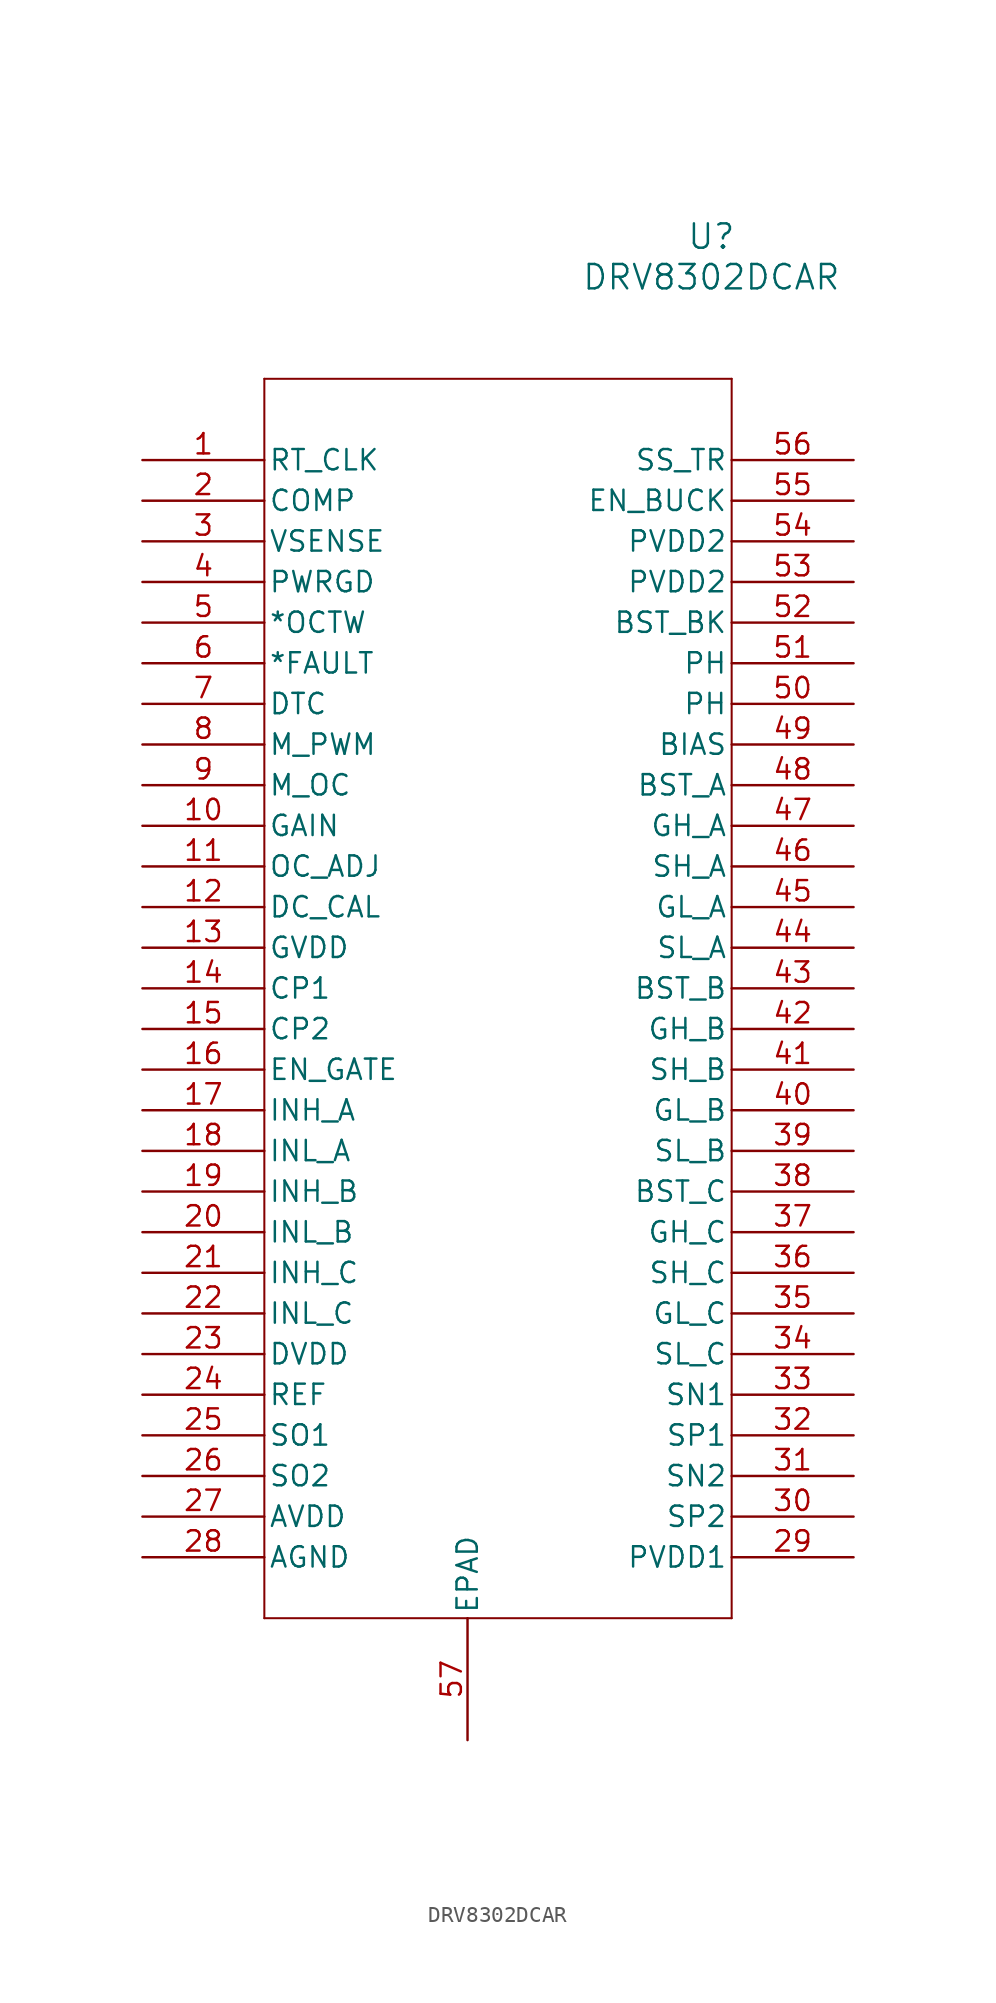
<source format=kicad_sym>
(kicad_symbol_lib
  (version 20231120)
  (generator "kicad_symbol_editor")
  (generator_version "8.0")
  (symbol "DRV8302DCAR"
    (pin_names
      (offset 0.254))
    (property "Reference" "U"
      (at 35.56 10.16 0)
      (effects (font (size 1.524 1.524))))
    (property "Value" "DRV8302DCAR"
      (at 35.56 7.62 0)
      (effects (font (size 1.524 1.524))))
    (property "ki_locked" ""
      (at 0 0 0)
      (effects (font (size 1.27 1.27))))
    (symbol "DRV8302DCAR_0_1"
      (polyline (pts (xy 7.62 -76.2) (xy 36.83 -76.2)) (stroke (width 0.127) (type default)) (fill (type none)))
      (polyline (pts (xy 7.62 1.27) (xy 7.62 -76.2)) (stroke (width 0.127) (type default)) (fill (type none)))
      (polyline (pts (xy 36.83 -76.2) (xy 36.83 1.27)) (stroke (width 0.127) (type default)) (fill (type none)))
      (polyline (pts (xy 36.83 1.27) (xy 7.62 1.27)) (stroke (width 0.127) (type default)) (fill (type none)))
      (pin input line (at 0 -3.81 0) (length 7.62) (name "RT_CLK" (effects (font (size 1.27 1.27)))) (number "1" (effects (font (size 1.27 1.27)))))
      (pin output line (at 0 -26.67 0) (length 7.62) (name "GAIN" (effects (font (size 1.27 1.27)))) (number "10" (effects (font (size 1.27 1.27)))))
      (pin input line (at 0 -29.21 0) (length 7.62) (name "OC_ADJ" (effects (font (size 1.27 1.27)))) (number "11" (effects (font (size 1.27 1.27)))))
      (pin input line (at 0 -31.75 0) (length 7.62) (name "DC_CAL" (effects (font (size 1.27 1.27)))) (number "12" (effects (font (size 1.27 1.27)))))
      (pin power_in line (at 0 -34.29 0) (length 7.62) (name "GVDD" (effects (font (size 1.27 1.27)))) (number "13" (effects (font (size 1.27 1.27)))))
      (pin power_in line (at 0 -36.83 0) (length 7.62) (name "CP1" (effects (font (size 1.27 1.27)))) (number "14" (effects (font (size 1.27 1.27)))))
      (pin power_in line (at 0 -39.37 0) (length 7.62) (name "CP2" (effects (font (size 1.27 1.27)))) (number "15" (effects (font (size 1.27 1.27)))))
      (pin input line (at 0 -41.91 0) (length 7.62) (name "EN_GATE" (effects (font (size 1.27 1.27)))) (number "16" (effects (font (size 1.27 1.27)))))
      (pin input line (at 0 -44.45 0) (length 7.62) (name "INH_A" (effects (font (size 1.27 1.27)))) (number "17" (effects (font (size 1.27 1.27)))))
      (pin input line (at 0 -46.99 0) (length 7.62) (name "INL_A" (effects (font (size 1.27 1.27)))) (number "18" (effects (font (size 1.27 1.27)))))
      (pin input line (at 0 -49.53 0) (length 7.62) (name "INH_B" (effects (font (size 1.27 1.27)))) (number "19" (effects (font (size 1.27 1.27)))))
      (pin output line (at 0 -6.35 0) (length 7.62) (name "COMP" (effects (font (size 1.27 1.27)))) (number "2" (effects (font (size 1.27 1.27)))))
      (pin input line (at 0 -52.07 0) (length 7.62) (name "INL_B" (effects (font (size 1.27 1.27)))) (number "20" (effects (font (size 1.27 1.27)))))
      (pin input line (at 0 -54.61 0) (length 7.62) (name "INH_C" (effects (font (size 1.27 1.27)))) (number "21" (effects (font (size 1.27 1.27)))))
      (pin input line (at 0 -57.15 0) (length 7.62) (name "INL_C" (effects (font (size 1.27 1.27)))) (number "22" (effects (font (size 1.27 1.27)))))
      (pin power_in line (at 0 -59.69 0) (length 7.62) (name "DVDD" (effects (font (size 1.27 1.27)))) (number "23" (effects (font (size 1.27 1.27)))))
      (pin input line (at 0 -62.23 0) (length 7.62) (name "REF" (effects (font (size 1.27 1.27)))) (number "24" (effects (font (size 1.27 1.27)))))
      (pin output line (at 0 -64.77 0) (length 7.62) (name "SO1" (effects (font (size 1.27 1.27)))) (number "25" (effects (font (size 1.27 1.27)))))
      (pin output line (at 0 -67.31 0) (length 7.62) (name "SO2" (effects (font (size 1.27 1.27)))) (number "26" (effects (font (size 1.27 1.27)))))
      (pin power_in line (at 0 -69.85 0) (length 7.62) (name "AVDD" (effects (font (size 1.27 1.27)))) (number "27" (effects (font (size 1.27 1.27)))))
      (pin power_in line (at 0 -72.39 0) (length 7.62) (name "AGND" (effects (font (size 1.27 1.27)))) (number "28" (effects (font (size 1.27 1.27)))))
      (pin power_in line (at 44.45 -72.39 180) (length 7.62) (name "PVDD1" (effects (font (size 1.27 1.27)))) (number "29" (effects (font (size 1.27 1.27)))))
      (pin input line (at 0 -8.89 0) (length 7.62) (name "VSENSE" (effects (font (size 1.27 1.27)))) (number "3" (effects (font (size 1.27 1.27)))))
      (pin input line (at 44.45 -69.85 180) (length 7.62) (name "SP2" (effects (font (size 1.27 1.27)))) (number "30" (effects (font (size 1.27 1.27)))))
      (pin input line (at 44.45 -67.31 180) (length 7.62) (name "SN2" (effects (font (size 1.27 1.27)))) (number "31" (effects (font (size 1.27 1.27)))))
      (pin input line (at 44.45 -64.77 180) (length 7.62) (name "SP1" (effects (font (size 1.27 1.27)))) (number "32" (effects (font (size 1.27 1.27)))))
      (pin input line (at 44.45 -62.23 180) (length 7.62) (name "SN1" (effects (font (size 1.27 1.27)))) (number "33" (effects (font (size 1.27 1.27)))))
      (pin input line (at 44.45 -59.69 180) (length 7.62) (name "SL_C" (effects (font (size 1.27 1.27)))) (number "34" (effects (font (size 1.27 1.27)))))
      (pin output line (at 44.45 -57.15 180) (length 7.62) (name "GL_C" (effects (font (size 1.27 1.27)))) (number "35" (effects (font (size 1.27 1.27)))))
      (pin input line (at 44.45 -54.61 180) (length 7.62) (name "SH_C" (effects (font (size 1.27 1.27)))) (number "36" (effects (font (size 1.27 1.27)))))
      (pin output line (at 44.45 -52.07 180) (length 7.62) (name "GH_C" (effects (font (size 1.27 1.27)))) (number "37" (effects (font (size 1.27 1.27)))))
      (pin power_in line (at 44.45 -49.53 180) (length 7.62) (name "BST_C" (effects (font (size 1.27 1.27)))) (number "38" (effects (font (size 1.27 1.27)))))
      (pin input line (at 44.45 -46.99 180) (length 7.62) (name "SL_B" (effects (font (size 1.27 1.27)))) (number "39" (effects (font (size 1.27 1.27)))))
      (pin input line (at 0 -11.43 0) (length 7.62) (name "PWRGD" (effects (font (size 1.27 1.27)))) (number "4" (effects (font (size 1.27 1.27)))))
      (pin output line (at 44.45 -44.45 180) (length 7.62) (name "GL_B" (effects (font (size 1.27 1.27)))) (number "40" (effects (font (size 1.27 1.27)))))
      (pin input line (at 44.45 -41.91 180) (length 7.62) (name "SH_B" (effects (font (size 1.27 1.27)))) (number "41" (effects (font (size 1.27 1.27)))))
      (pin output line (at 44.45 -39.37 180) (length 7.62) (name "GH_B" (effects (font (size 1.27 1.27)))) (number "42" (effects (font (size 1.27 1.27)))))
      (pin power_in line (at 44.45 -36.83 180) (length 7.62) (name "BST_B" (effects (font (size 1.27 1.27)))) (number "43" (effects (font (size 1.27 1.27)))))
      (pin input line (at 44.45 -34.29 180) (length 7.62) (name "SL_A" (effects (font (size 1.27 1.27)))) (number "44" (effects (font (size 1.27 1.27)))))
      (pin output line (at 44.45 -31.75 180) (length 7.62) (name "GL_A" (effects (font (size 1.27 1.27)))) (number "45" (effects (font (size 1.27 1.27)))))
      (pin input line (at 44.45 -29.21 180) (length 7.62) (name "SH_A" (effects (font (size 1.27 1.27)))) (number "46" (effects (font (size 1.27 1.27)))))
      (pin output line (at 44.45 -26.67 180) (length 7.62) (name "GH_A" (effects (font (size 1.27 1.27)))) (number "47" (effects (font (size 1.27 1.27)))))
      (pin power_in line (at 44.45 -24.13 180) (length 7.62) (name "BST_A" (effects (font (size 1.27 1.27)))) (number "48" (effects (font (size 1.27 1.27)))))
      (pin input line (at 44.45 -21.59 180) (length 7.62) (name "BIAS" (effects (font (size 1.27 1.27)))) (number "49" (effects (font (size 1.27 1.27)))))
      (pin output line (at 0 -13.97 0) (length 7.62) (name "*OCTW" (effects (font (size 1.27 1.27)))) (number "5" (effects (font (size 1.27 1.27)))))
      (pin output line (at 44.45 -19.05 180) (length 7.62) (name "PH" (effects (font (size 1.27 1.27)))) (number "50" (effects (font (size 1.27 1.27)))))
      (pin output line (at 44.45 -16.51 180) (length 7.62) (name "PH" (effects (font (size 1.27 1.27)))) (number "51" (effects (font (size 1.27 1.27)))))
      (pin power_in line (at 44.45 -13.97 180) (length 7.62) (name "BST_BK" (effects (font (size 1.27 1.27)))) (number "52" (effects (font (size 1.27 1.27)))))
      (pin power_in line (at 44.45 -11.43 180) (length 7.62) (name "PVDD2" (effects (font (size 1.27 1.27)))) (number "53" (effects (font (size 1.27 1.27)))))
      (pin power_in line (at 44.45 -8.89 180) (length 7.62) (name "PVDD2" (effects (font (size 1.27 1.27)))) (number "54" (effects (font (size 1.27 1.27)))))
      (pin input line (at 44.45 -6.35 180) (length 7.62) (name "EN_BUCK" (effects (font (size 1.27 1.27)))) (number "55" (effects (font (size 1.27 1.27)))))
      (pin input line (at 44.45 -3.81 180) (length 7.62) (name "SS_TR" (effects (font (size 1.27 1.27)))) (number "56" (effects (font (size 1.27 1.27)))))
      (pin unspecified line (at 20.32 -83.82 90) (length 7.62) (name "EPAD" (effects (font (size 1.27 1.27)))) (number "57" (effects (font (size 1.27 1.27)))))
      (pin output line (at 0 -16.51 0) (length 7.62) (name "*FAULT" (effects (font (size 1.27 1.27)))) (number "6" (effects (font (size 1.27 1.27)))))
      (pin input line (at 0 -19.05 0) (length 7.62) (name "DTC" (effects (font (size 1.27 1.27)))) (number "7" (effects (font (size 1.27 1.27)))))
      (pin input line (at 0 -21.59 0) (length 7.62) (name "M_PWM" (effects (font (size 1.27 1.27)))) (number "8" (effects (font (size 1.27 1.27)))))
      (pin input line (at 0 -24.13 0) (length 7.62) (name "M_OC" (effects (font (size 1.27 1.27)))) (number "9" (effects (font (size 1.27 1.27))))))))
</source>
